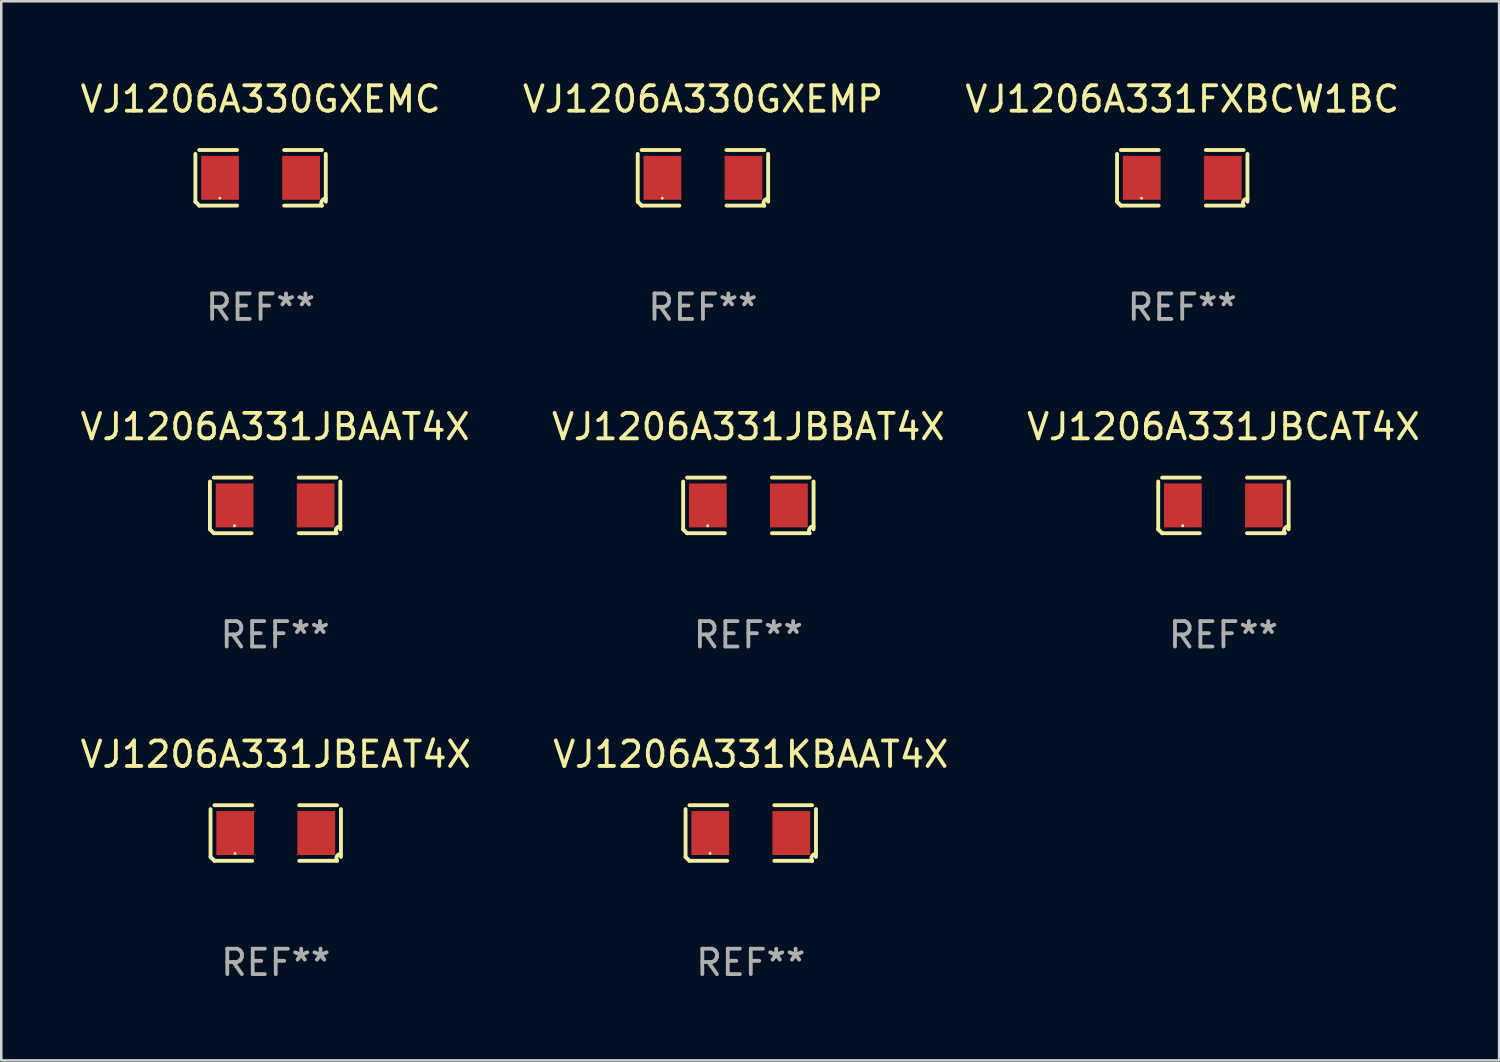
<source format=kicad_pcb>
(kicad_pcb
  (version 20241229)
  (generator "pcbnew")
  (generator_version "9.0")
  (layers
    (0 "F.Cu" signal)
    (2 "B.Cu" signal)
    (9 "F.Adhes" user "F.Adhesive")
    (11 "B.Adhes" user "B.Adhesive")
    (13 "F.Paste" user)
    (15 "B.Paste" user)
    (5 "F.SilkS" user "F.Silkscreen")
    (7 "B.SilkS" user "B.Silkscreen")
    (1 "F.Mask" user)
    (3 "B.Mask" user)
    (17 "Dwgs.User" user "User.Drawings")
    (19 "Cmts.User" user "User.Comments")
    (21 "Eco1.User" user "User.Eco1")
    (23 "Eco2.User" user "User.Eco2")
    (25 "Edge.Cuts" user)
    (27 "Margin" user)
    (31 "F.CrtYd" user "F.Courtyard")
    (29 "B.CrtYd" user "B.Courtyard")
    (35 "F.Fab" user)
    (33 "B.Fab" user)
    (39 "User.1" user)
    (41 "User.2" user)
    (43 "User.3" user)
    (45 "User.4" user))
  (footprint "VJ1206A331JBBAT4X"
    (layer "F.Cu")
    (at 26.375 16.823)
    (property "Reference" "VJ1206A331JBBAT4X" (at 0 -3.093 0) (layer "F.SilkS") (effects (font (size 1 1) (thickness 0.15))))
    (attr through_hole)
    (fp_line (start -2.564 0.94) (end -2.564 -0.94) (stroke (width 0.152) (type solid)) (layer "F.SilkS"))
    (fp_line (start -2.411 -1.093) (end -0.926 -1.093) (stroke (width 0.152) (type solid)) (layer "F.SilkS"))
    (fp_line (start -0.926 1.093) (end -2.411 1.093) (stroke (width 0.152) (type solid)) (layer "F.SilkS"))
    (fp_line (start 0.926 1.093) (end 2.411 1.093) (stroke (width 0.152) (type solid)) (layer "F.SilkS"))
    (fp_line (start 2.411 -1.093) (end 0.926 -1.093) (stroke (width 0.152) (type solid)) (layer "F.SilkS"))
    (fp_line (start 2.564 0.94) (end 2.564 -0.94) (stroke (width 0.152) (type solid)) (layer "F.SilkS"))
    (fp_arc (start -2.411201 1.092609) (mid -2.487413 1.01642) (end -2.563602 0.940208) (stroke (width 0.1524) (type solid)) (layer "F.SilkS"))
    (fp_arc (start 2.411201 1.092609) (mid 2.407159 0.911226) (end 2.563602 0.819347) (stroke (width 0.1524) (type solid)) (layer "F.SilkS"))
    (fp_circle (center -1.6 0.8) (end -1.57 0.8) (stroke (width 0.06) (type solid)) (fill no) (layer "F.SilkS"))
    (fp_text user "REF**" (at 0 5.093 0) (layer "F.Fab") (effects (font (size 1 1) (thickness 0.15))))
    (pad "1" smd rect (at -1.593 0) (size 1.485 1.728) (layers "F.Cu" "F.Mask" "F.Paste"))
    (pad "2" smd rect (at 1.593 0) (size 1.485 1.728) (layers "F.Cu" "F.Mask" "F.Paste")))
  (footprint "VJ1206A330GXEMP"
    (layer "F.Cu")
    (at 24.589 3.941)
    (property "Reference" "VJ1206A330GXEMP" (at 0 -3.093 0) (layer "F.SilkS") (effects (font (size 1 1) (thickness 0.15))))
    (attr through_hole)
    (fp_line (start -2.564 0.94) (end -2.564 -0.94) (stroke (width 0.152) (type solid)) (layer "F.SilkS"))
    (fp_line (start -2.411 -1.093) (end -0.926 -1.093) (stroke (width 0.152) (type solid)) (layer "F.SilkS"))
    (fp_line (start -0.926 1.093) (end -2.411 1.093) (stroke (width 0.152) (type solid)) (layer "F.SilkS"))
    (fp_line (start 0.926 1.093) (end 2.411 1.093) (stroke (width 0.152) (type solid)) (layer "F.SilkS"))
    (fp_line (start 2.411 -1.093) (end 0.926 -1.093) (stroke (width 0.152) (type solid)) (layer "F.SilkS"))
    (fp_line (start 2.564 0.94) (end 2.564 -0.94) (stroke (width 0.152) (type solid)) (layer "F.SilkS"))
    (fp_arc (start -2.411201 1.092609) (mid -2.487413 1.01642) (end -2.563602 0.940208) (stroke (width 0.1524) (type solid)) (layer "F.SilkS"))
    (fp_arc (start 2.411201 1.092609) (mid 2.407159 0.911226) (end 2.563602 0.819347) (stroke (width 0.1524) (type solid)) (layer "F.SilkS"))
    (fp_circle (center -1.6 0.8) (end -1.57 0.8) (stroke (width 0.06) (type solid)) (fill no) (layer "F.SilkS"))
    (fp_text user "REF**" (at 0 5.093 0) (layer "F.Fab") (effects (font (size 1 1) (thickness 0.15))))
    (pad "1" smd rect (at -1.593 0) (size 1.485 1.728) (layers "F.Cu" "F.Mask" "F.Paste"))
    (pad "2" smd rect (at 1.593 0) (size 1.485 1.728) (layers "F.Cu" "F.Mask" "F.Paste")))
  (footprint "VJ1206A331FXBCW1BC"
    (layer "F.Cu")
    (at 43.435 3.941)
    (property "Reference" "VJ1206A331FXBCW1BC" (at 0 -3.093 0) (layer "F.SilkS") (effects (font (size 1 1) (thickness 0.15))))
    (attr through_hole)
    (fp_line (start -2.564 0.94) (end -2.564 -0.94) (stroke (width 0.152) (type solid)) (layer "F.SilkS"))
    (fp_line (start -2.411 -1.093) (end -0.926 -1.093) (stroke (width 0.152) (type solid)) (layer "F.SilkS"))
    (fp_line (start -0.926 1.093) (end -2.411 1.093) (stroke (width 0.152) (type solid)) (layer "F.SilkS"))
    (fp_line (start 0.926 1.093) (end 2.411 1.093) (stroke (width 0.152) (type solid)) (layer "F.SilkS"))
    (fp_line (start 2.411 -1.093) (end 0.926 -1.093) (stroke (width 0.152) (type solid)) (layer "F.SilkS"))
    (fp_line (start 2.564 0.94) (end 2.564 -0.94) (stroke (width 0.152) (type solid)) (layer "F.SilkS"))
    (fp_arc (start -2.411201 1.092609) (mid -2.487413 1.01642) (end -2.563602 0.940208) (stroke (width 0.1524) (type solid)) (layer "F.SilkS"))
    (fp_arc (start 2.411201 1.092609) (mid 2.407159 0.911226) (end 2.563602 0.819347) (stroke (width 0.1524) (type solid)) (layer "F.SilkS"))
    (fp_circle (center -1.6 0.8) (end -1.57 0.8) (stroke (width 0.06) (type solid)) (fill no) (layer "F.SilkS"))
    (fp_text user "REF**" (at 0 5.093 0) (layer "F.Fab") (effects (font (size 1 1) (thickness 0.15))))
    (pad "1" smd rect (at -1.593 0) (size 1.485 1.728) (layers "F.Cu" "F.Mask" "F.Paste"))
    (pad "2" smd rect (at 1.593 0) (size 1.485 1.728) (layers "F.Cu" "F.Mask" "F.Paste")))
  (footprint "VJ1206A331KBAAT4X"
    (layer "F.Cu")
    (at 26.47 29.704)
    (property "Reference" "VJ1206A331KBAAT4X" (at 0 -3.093 0) (layer "F.SilkS") (effects (font (size 1 1) (thickness 0.15))))
    (attr through_hole)
    (fp_line (start -2.564 0.94) (end -2.564 -0.94) (stroke (width 0.152) (type solid)) (layer "F.SilkS"))
    (fp_line (start -2.411 -1.093) (end -0.926 -1.093) (stroke (width 0.152) (type solid)) (layer "F.SilkS"))
    (fp_line (start -0.926 1.093) (end -2.411 1.093) (stroke (width 0.152) (type solid)) (layer "F.SilkS"))
    (fp_line (start 0.926 1.093) (end 2.411 1.093) (stroke (width 0.152) (type solid)) (layer "F.SilkS"))
    (fp_line (start 2.411 -1.093) (end 0.926 -1.093) (stroke (width 0.152) (type solid)) (layer "F.SilkS"))
    (fp_line (start 2.564 0.94) (end 2.564 -0.94) (stroke (width 0.152) (type solid)) (layer "F.SilkS"))
    (fp_arc (start -2.411201 1.092609) (mid -2.487413 1.01642) (end -2.563602 0.940208) (stroke (width 0.1524) (type solid)) (layer "F.SilkS"))
    (fp_arc (start 2.411201 1.092609) (mid 2.407159 0.911226) (end 2.563602 0.819347) (stroke (width 0.1524) (type solid)) (layer "F.SilkS"))
    (fp_circle (center -1.6 0.8) (end -1.57 0.8) (stroke (width 0.06) (type solid)) (fill no) (layer "F.SilkS"))
    (fp_text user "REF**" (at 0 5.093 0) (layer "F.Fab") (effects (font (size 1 1) (thickness 0.15))))
    (pad "1" smd rect (at -1.593 0) (size 1.485 1.728) (layers "F.Cu" "F.Mask" "F.Paste"))
    (pad "2" smd rect (at 1.593 0) (size 1.485 1.728) (layers "F.Cu" "F.Mask" "F.Paste")))
  (footprint "VJ1206A331JBEAT4X"
    (layer "F.Cu")
    (at 7.792 29.704)
    (property "Reference" "VJ1206A331JBEAT4X" (at 0 -3.093 0) (layer "F.SilkS") (effects (font (size 1 1) (thickness 0.15))))
    (attr through_hole)
    (fp_line (start -2.564 0.94) (end -2.564 -0.94) (stroke (width 0.152) (type solid)) (layer "F.SilkS"))
    (fp_line (start -2.411 -1.093) (end -0.926 -1.093) (stroke (width 0.152) (type solid)) (layer "F.SilkS"))
    (fp_line (start -0.926 1.093) (end -2.411 1.093) (stroke (width 0.152) (type solid)) (layer "F.SilkS"))
    (fp_line (start 0.926 1.093) (end 2.411 1.093) (stroke (width 0.152) (type solid)) (layer "F.SilkS"))
    (fp_line (start 2.411 -1.093) (end 0.926 -1.093) (stroke (width 0.152) (type solid)) (layer "F.SilkS"))
    (fp_line (start 2.564 0.94) (end 2.564 -0.94) (stroke (width 0.152) (type solid)) (layer "F.SilkS"))
    (fp_arc (start -2.411201 1.092609) (mid -2.487413 1.01642) (end -2.563602 0.940208) (stroke (width 0.1524) (type solid)) (layer "F.SilkS"))
    (fp_arc (start 2.411201 1.092609) (mid 2.407159 0.911226) (end 2.563602 0.819347) (stroke (width 0.1524) (type solid)) (layer "F.SilkS"))
    (fp_circle (center -1.6 0.8) (end -1.57 0.8) (stroke (width 0.06) (type solid)) (fill no) (layer "F.SilkS"))
    (fp_text user "REF**" (at 0 5.093 0) (layer "F.Fab") (effects (font (size 1 1) (thickness 0.15))))
    (pad "1" smd rect (at -1.593 0) (size 1.485 1.728) (layers "F.Cu" "F.Mask" "F.Paste"))
    (pad "2" smd rect (at 1.593 0) (size 1.485 1.728) (layers "F.Cu" "F.Mask" "F.Paste")))
  (footprint "VJ1206A331JBAAT4X"
    (layer "F.Cu")
    (at 7.768 16.823)
    (property "Reference" "VJ1206A331JBAAT4X" (at 0 -3.093 0) (layer "F.SilkS") (effects (font (size 1 1) (thickness 0.15))))
    (attr through_hole)
    (fp_line (start -2.564 0.94) (end -2.564 -0.94) (stroke (width 0.152) (type solid)) (layer "F.SilkS"))
    (fp_line (start -2.411 -1.093) (end -0.926 -1.093) (stroke (width 0.152) (type solid)) (layer "F.SilkS"))
    (fp_line (start -0.926 1.093) (end -2.411 1.093) (stroke (width 0.152) (type solid)) (layer "F.SilkS"))
    (fp_line (start 0.926 1.093) (end 2.411 1.093) (stroke (width 0.152) (type solid)) (layer "F.SilkS"))
    (fp_line (start 2.411 -1.093) (end 0.926 -1.093) (stroke (width 0.152) (type solid)) (layer "F.SilkS"))
    (fp_line (start 2.564 0.94) (end 2.564 -0.94) (stroke (width 0.152) (type solid)) (layer "F.SilkS"))
    (fp_arc (start -2.411201 1.092609) (mid -2.487413 1.01642) (end -2.563602 0.940208) (stroke (width 0.1524) (type solid)) (layer "F.SilkS"))
    (fp_arc (start 2.411201 1.092609) (mid 2.407159 0.911226) (end 2.563602 0.819347) (stroke (width 0.1524) (type solid)) (layer "F.SilkS"))
    (fp_circle (center -1.6 0.8) (end -1.57 0.8) (stroke (width 0.06) (type solid)) (fill no) (layer "F.SilkS"))
    (fp_text user "REF**" (at 0 5.093 0) (layer "F.Fab") (effects (font (size 1 1) (thickness 0.15))))
    (pad "1" smd rect (at -1.593 0) (size 1.485 1.728) (layers "F.Cu" "F.Mask" "F.Paste"))
    (pad "2" smd rect (at 1.593 0) (size 1.485 1.728) (layers "F.Cu" "F.Mask" "F.Paste")))
  (footprint "VJ1206A331JBCAT4X"
    (layer "F.Cu")
    (at 45.054 16.823)
    (property "Reference" "VJ1206A331JBCAT4X" (at 0 -3.093 0) (layer "F.SilkS") (effects (font (size 1 1) (thickness 0.15))))
    (attr through_hole)
    (fp_line (start -2.564 0.94) (end -2.564 -0.94) (stroke (width 0.152) (type solid)) (layer "F.SilkS"))
    (fp_line (start -2.411 -1.093) (end -0.926 -1.093) (stroke (width 0.152) (type solid)) (layer "F.SilkS"))
    (fp_line (start -0.926 1.093) (end -2.411 1.093) (stroke (width 0.152) (type solid)) (layer "F.SilkS"))
    (fp_line (start 0.926 1.093) (end 2.411 1.093) (stroke (width 0.152) (type solid)) (layer "F.SilkS"))
    (fp_line (start 2.411 -1.093) (end 0.926 -1.093) (stroke (width 0.152) (type solid)) (layer "F.SilkS"))
    (fp_line (start 2.564 0.94) (end 2.564 -0.94) (stroke (width 0.152) (type solid)) (layer "F.SilkS"))
    (fp_arc (start -2.411201 1.092609) (mid -2.487413 1.01642) (end -2.563602 0.940208) (stroke (width 0.1524) (type solid)) (layer "F.SilkS"))
    (fp_arc (start 2.411201 1.092609) (mid 2.407159 0.911226) (end 2.563602 0.819347) (stroke (width 0.1524) (type solid)) (layer "F.SilkS"))
    (fp_circle (center -1.6 0.8) (end -1.57 0.8) (stroke (width 0.06) (type solid)) (fill no) (layer "F.SilkS"))
    (fp_text user "REF**" (at 0 5.093 0) (layer "F.Fab") (effects (font (size 1 1) (thickness 0.15))))
    (pad "1" smd rect (at -1.593 0) (size 1.485 1.728) (layers "F.Cu" "F.Mask" "F.Paste"))
    (pad "2" smd rect (at 1.593 0) (size 1.485 1.728) (layers "F.Cu" "F.Mask" "F.Paste")))
  (footprint "VJ1206A330GXEMC"
    (layer "F.Cu")
    (at 7.196 3.941)
    (property "Reference" "VJ1206A330GXEMC" (at 0 -3.093 0) (layer "F.SilkS") (effects (font (size 1 1) (thickness 0.15))))
    (attr through_hole)
    (fp_line (start -2.564 0.94) (end -2.564 -0.94) (stroke (width 0.152) (type solid)) (layer "F.SilkS"))
    (fp_line (start -2.411 -1.093) (end -0.926 -1.093) (stroke (width 0.152) (type solid)) (layer "F.SilkS"))
    (fp_line (start -0.926 1.093) (end -2.411 1.093) (stroke (width 0.152) (type solid)) (layer "F.SilkS"))
    (fp_line (start 0.926 1.093) (end 2.411 1.093) (stroke (width 0.152) (type solid)) (layer "F.SilkS"))
    (fp_line (start 2.411 -1.093) (end 0.926 -1.093) (stroke (width 0.152) (type solid)) (layer "F.SilkS"))
    (fp_line (start 2.564 0.94) (end 2.564 -0.94) (stroke (width 0.152) (type solid)) (layer "F.SilkS"))
    (fp_arc (start -2.411201 1.092609) (mid -2.487413 1.01642) (end -2.563602 0.940208) (stroke (width 0.1524) (type solid)) (layer "F.SilkS"))
    (fp_arc (start 2.411201 1.092609) (mid 2.407159 0.911226) (end 2.563602 0.819347) (stroke (width 0.1524) (type solid)) (layer "F.SilkS"))
    (fp_circle (center -1.6 0.8) (end -1.57 0.8) (stroke (width 0.06) (type solid)) (fill no) (layer "F.SilkS"))
    (fp_text user "REF**" (at 0 5.093 0) (layer "F.Fab") (effects (font (size 1 1) (thickness 0.15))))
    (pad "1" smd rect (at -1.593 0) (size 1.485 1.728) (layers "F.Cu" "F.Mask" "F.Paste"))
    (pad "2" smd rect (at 1.593 0) (size 1.485 1.728) (layers "F.Cu" "F.Mask" "F.Paste")))
  (gr_rect
    (start -3 -3)
    (end 55.893 38.645)
    (stroke (width 0.1) (type default))
    (fill no)
    (layer "Edge.Cuts")))
</source>
